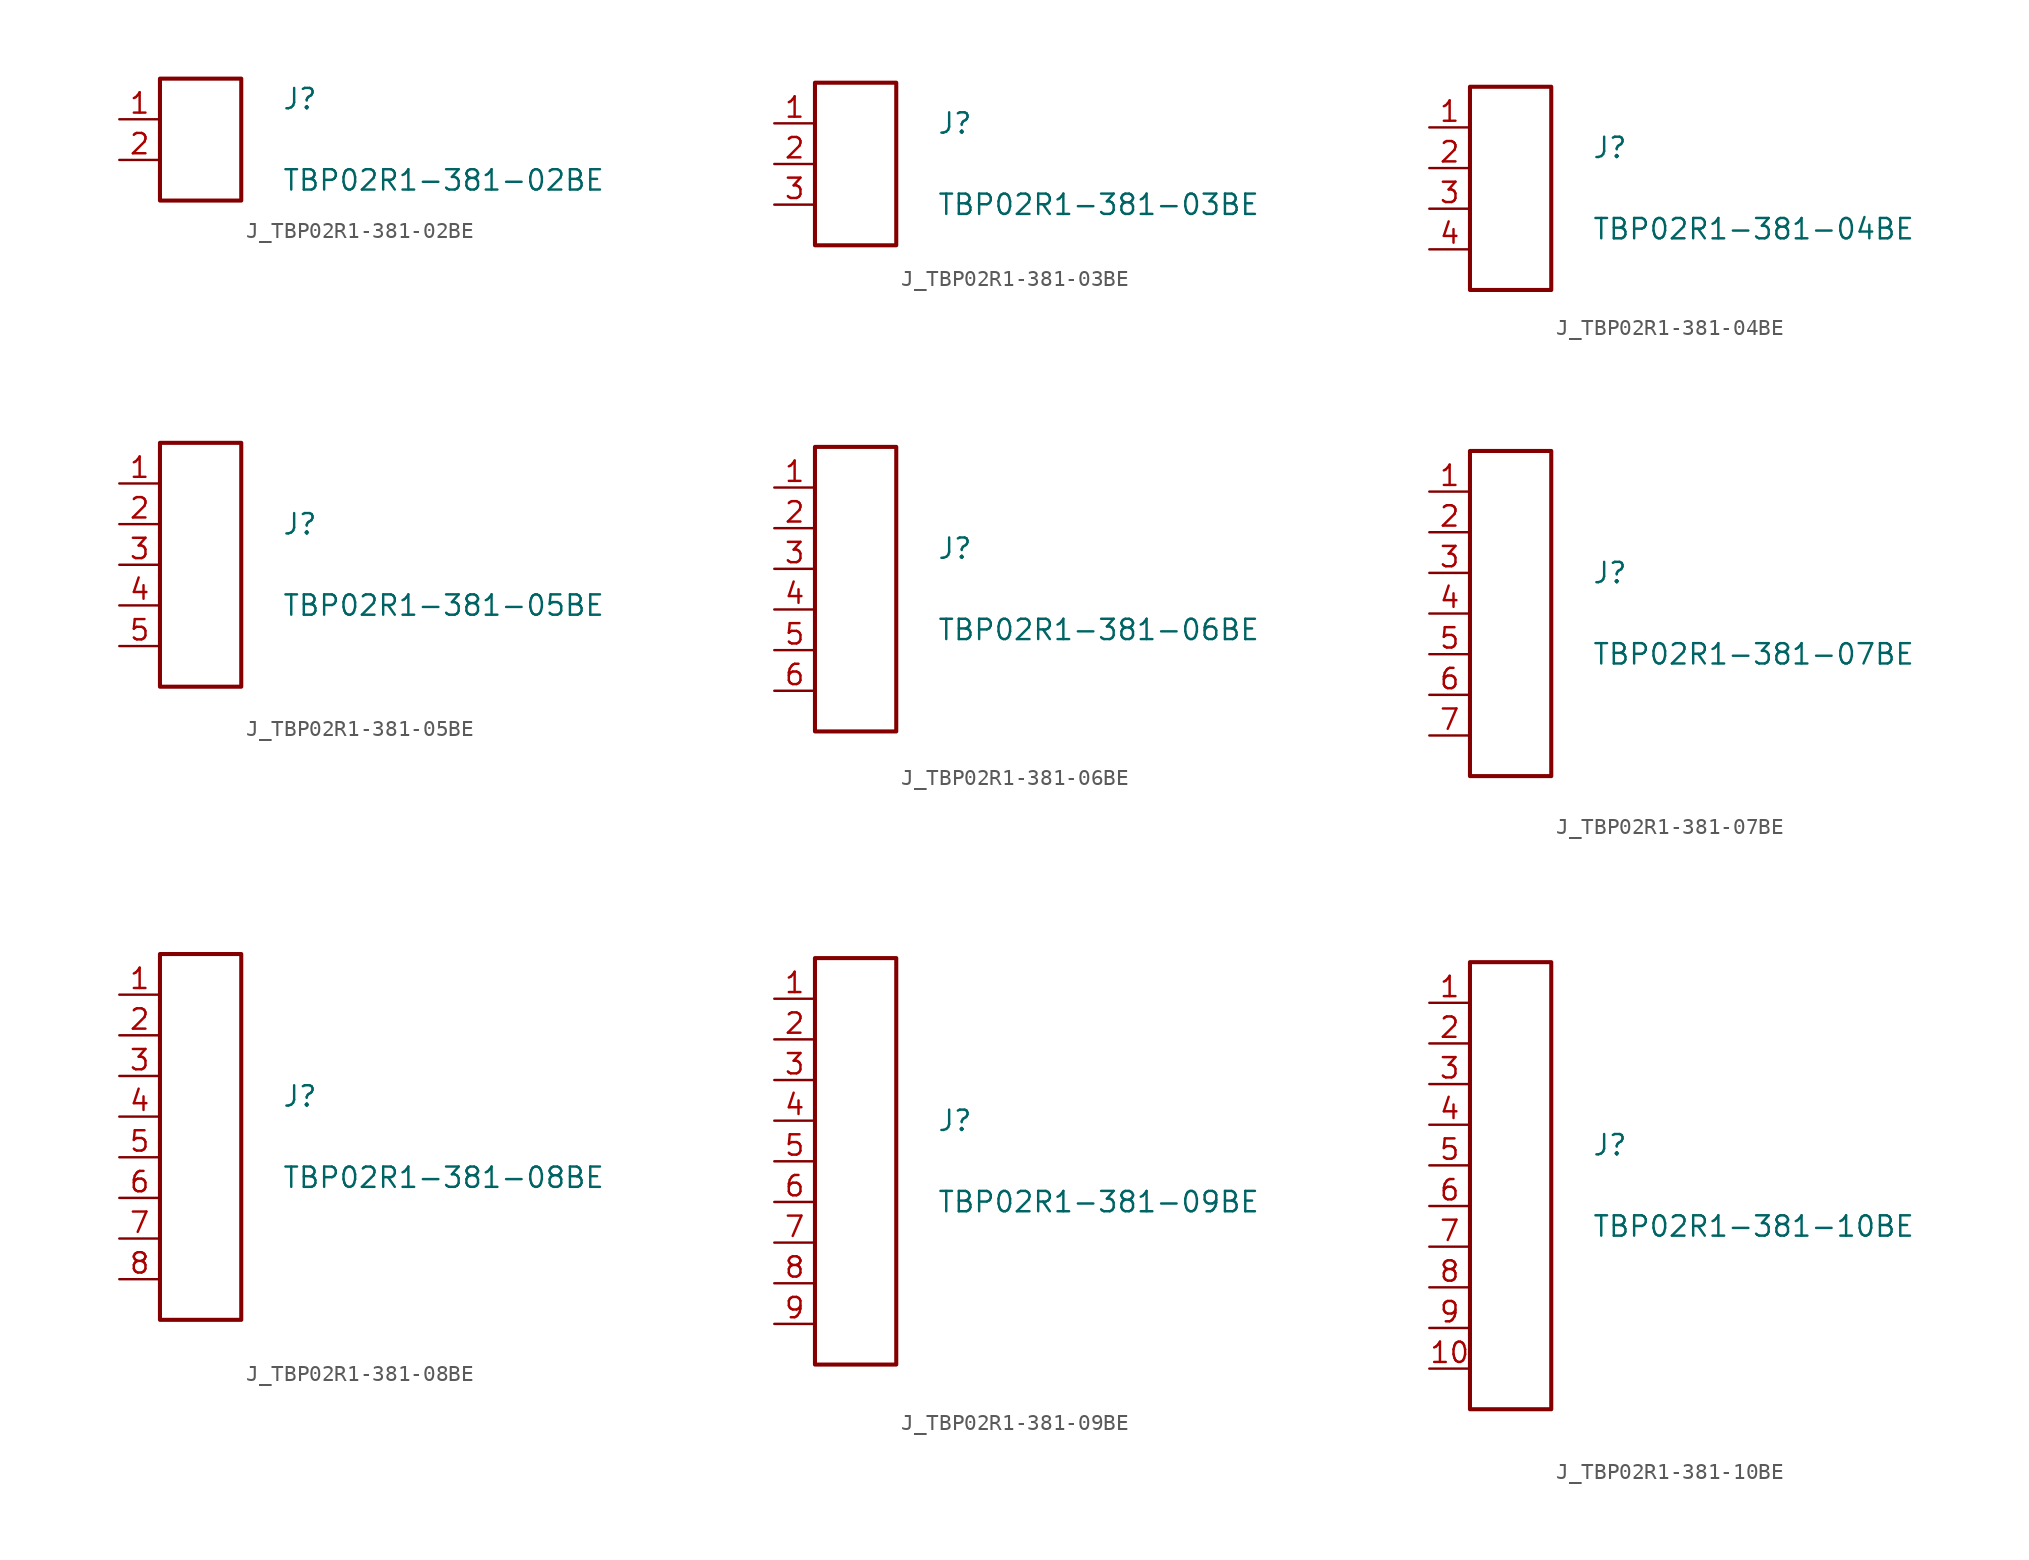
<source format=kicad_sym>
(kicad_symbol_lib
  (version 20231120)
  (generator kicad_symbol_editor)
  (generator_version 8.0)
  (symbol "J_TBP02R1-381-02BE"
    (pin_names
      (offset 0.254))
    (property "Reference" "J"
      (at 5.08 2.54 0)
      (effects (font (size 1.27 1.27)) (justify left)))
    (property "Value" "TBP02R1-381-02BE"
      (at 5.08 -2.54 0)
      (effects (font (size 1.27 1.27)) (justify left)))
    (symbol "J_TBP02R1-381-02BE_0_0"
      (pin unspecified line (at -5.08 1.27 0) (length 2.54) (name "" (effects (font (size 1.27 1.27)))) (number "1" (effects (font (size 1.27 1.27)))))
      (pin unspecified line (at -5.08 -1.27 0) (length 2.54) (name "" (effects (font (size 1.27 1.27)))) (number "2" (effects (font (size 1.27 1.27))))))
    (symbol "J_TBP02R1-381-02BE_1_0"
      (rectangle (start -2.54 3.81) (end 2.54 -3.81) (stroke (width 0.254) (type solid)) (fill (type none)))))
  (symbol "J_TBP02R1-381-03BE"
    (pin_names
      (offset 0.254))
    (property "Reference" "J"
      (at 5.08 2.54 0)
      (effects (font (size 1.27 1.27)) (justify left)))
    (property "Value" "TBP02R1-381-03BE"
      (at 5.08 -2.54 0)
      (effects (font (size 1.27 1.27)) (justify left)))
    (symbol "J_TBP02R1-381-03BE_0_0"
      (pin unspecified line (at -5.08 2.54 0) (length 2.54) (name "" (effects (font (size 1.27 1.27)))) (number "1" (effects (font (size 1.27 1.27)))))
      (pin unspecified line (at -5.08 0.0 0) (length 2.54) (name "" (effects (font (size 1.27 1.27)))) (number "2" (effects (font (size 1.27 1.27)))))
      (pin unspecified line (at -5.08 -2.54 0) (length 2.54) (name "" (effects (font (size 1.27 1.27)))) (number "3" (effects (font (size 1.27 1.27))))))
    (symbol "J_TBP02R1-381-03BE_1_0"
      (rectangle (start -2.54 5.08) (end 2.54 -5.08) (stroke (width 0.254) (type solid)) (fill (type none)))))
  (symbol "J_TBP02R1-381-04BE"
    (pin_names
      (offset 0.254))
    (property "Reference" "J"
      (at 5.08 2.54 0)
      (effects (font (size 1.27 1.27)) (justify left)))
    (property "Value" "TBP02R1-381-04BE"
      (at 5.08 -2.54 0)
      (effects (font (size 1.27 1.27)) (justify left)))
    (symbol "J_TBP02R1-381-04BE_0_0"
      (pin unspecified line (at -5.08 3.81 0) (length 2.54) (name "" (effects (font (size 1.27 1.27)))) (number "1" (effects (font (size 1.27 1.27)))))
      (pin unspecified line (at -5.08 1.27 0) (length 2.54) (name "" (effects (font (size 1.27 1.27)))) (number "2" (effects (font (size 1.27 1.27)))))
      (pin unspecified line (at -5.08 -1.27 0) (length 2.54) (name "" (effects (font (size 1.27 1.27)))) (number "3" (effects (font (size 1.27 1.27)))))
      (pin unspecified line (at -5.08 -3.81 0) (length 2.54) (name "" (effects (font (size 1.27 1.27)))) (number "4" (effects (font (size 1.27 1.27))))))
    (symbol "J_TBP02R1-381-04BE_1_0"
      (rectangle (start -2.54 6.35) (end 2.54 -6.35) (stroke (width 0.254) (type solid)) (fill (type none)))))
  (symbol "J_TBP02R1-381-05BE"
    (pin_names
      (offset 0.254))
    (property "Reference" "J"
      (at 5.08 2.54 0)
      (effects (font (size 1.27 1.27)) (justify left)))
    (property "Value" "TBP02R1-381-05BE"
      (at 5.08 -2.54 0)
      (effects (font (size 1.27 1.27)) (justify left)))
    (symbol "J_TBP02R1-381-05BE_0_0"
      (pin unspecified line (at -5.08 5.08 0) (length 2.54) (name "" (effects (font (size 1.27 1.27)))) (number "1" (effects (font (size 1.27 1.27)))))
      (pin unspecified line (at -5.08 2.54 0) (length 2.54) (name "" (effects (font (size 1.27 1.27)))) (number "2" (effects (font (size 1.27 1.27)))))
      (pin unspecified line (at -5.08 0.0 0) (length 2.54) (name "" (effects (font (size 1.27 1.27)))) (number "3" (effects (font (size 1.27 1.27)))))
      (pin unspecified line (at -5.08 -2.54 0) (length 2.54) (name "" (effects (font (size 1.27 1.27)))) (number "4" (effects (font (size 1.27 1.27)))))
      (pin unspecified line (at -5.08 -5.08 0) (length 2.54) (name "" (effects (font (size 1.27 1.27)))) (number "5" (effects (font (size 1.27 1.27))))))
    (symbol "J_TBP02R1-381-05BE_1_0"
      (rectangle (start -2.54 7.62) (end 2.54 -7.62) (stroke (width 0.254) (type solid)) (fill (type none)))))
  (symbol "J_TBP02R1-381-06BE"
    (pin_names
      (offset 0.254))
    (property "Reference" "J"
      (at 5.08 2.54 0)
      (effects (font (size 1.27 1.27)) (justify left)))
    (property "Value" "TBP02R1-381-06BE"
      (at 5.08 -2.54 0)
      (effects (font (size 1.27 1.27)) (justify left)))
    (symbol "J_TBP02R1-381-06BE_0_0"
      (pin unspecified line (at -5.08 6.35 0) (length 2.54) (name "" (effects (font (size 1.27 1.27)))) (number "1" (effects (font (size 1.27 1.27)))))
      (pin unspecified line (at -5.08 3.81 0) (length 2.54) (name "" (effects (font (size 1.27 1.27)))) (number "2" (effects (font (size 1.27 1.27)))))
      (pin unspecified line (at -5.08 1.27 0) (length 2.54) (name "" (effects (font (size 1.27 1.27)))) (number "3" (effects (font (size 1.27 1.27)))))
      (pin unspecified line (at -5.08 -1.27 0) (length 2.54) (name "" (effects (font (size 1.27 1.27)))) (number "4" (effects (font (size 1.27 1.27)))))
      (pin unspecified line (at -5.08 -3.81 0) (length 2.54) (name "" (effects (font (size 1.27 1.27)))) (number "5" (effects (font (size 1.27 1.27)))))
      (pin unspecified line (at -5.08 -6.35 0) (length 2.54) (name "" (effects (font (size 1.27 1.27)))) (number "6" (effects (font (size 1.27 1.27))))))
    (symbol "J_TBP02R1-381-06BE_1_0"
      (rectangle (start -2.54 8.89) (end 2.54 -8.89) (stroke (width 0.254) (type solid)) (fill (type none)))))
  (symbol "J_TBP02R1-381-07BE"
    (pin_names
      (offset 0.254))
    (property "Reference" "J"
      (at 5.08 2.54 0)
      (effects (font (size 1.27 1.27)) (justify left)))
    (property "Value" "TBP02R1-381-07BE"
      (at 5.08 -2.54 0)
      (effects (font (size 1.27 1.27)) (justify left)))
    (symbol "J_TBP02R1-381-07BE_0_0"
      (pin unspecified line (at -5.08 7.62 0) (length 2.54) (name "" (effects (font (size 1.27 1.27)))) (number "1" (effects (font (size 1.27 1.27)))))
      (pin unspecified line (at -5.08 5.08 0) (length 2.54) (name "" (effects (font (size 1.27 1.27)))) (number "2" (effects (font (size 1.27 1.27)))))
      (pin unspecified line (at -5.08 2.54 0) (length 2.54) (name "" (effects (font (size 1.27 1.27)))) (number "3" (effects (font (size 1.27 1.27)))))
      (pin unspecified line (at -5.08 0.0 0) (length 2.54) (name "" (effects (font (size 1.27 1.27)))) (number "4" (effects (font (size 1.27 1.27)))))
      (pin unspecified line (at -5.08 -2.54 0) (length 2.54) (name "" (effects (font (size 1.27 1.27)))) (number "5" (effects (font (size 1.27 1.27)))))
      (pin unspecified line (at -5.08 -5.08 0) (length 2.54) (name "" (effects (font (size 1.27 1.27)))) (number "6" (effects (font (size 1.27 1.27)))))
      (pin unspecified line (at -5.08 -7.62 0) (length 2.54) (name "" (effects (font (size 1.27 1.27)))) (number "7" (effects (font (size 1.27 1.27))))))
    (symbol "J_TBP02R1-381-07BE_1_0"
      (rectangle (start -2.54 10.16) (end 2.54 -10.16) (stroke (width 0.254) (type solid)) (fill (type none)))))
  (symbol "J_TBP02R1-381-08BE"
    (pin_names
      (offset 0.254))
    (property "Reference" "J"
      (at 5.08 2.54 0)
      (effects (font (size 1.27 1.27)) (justify left)))
    (property "Value" "TBP02R1-381-08BE"
      (at 5.08 -2.54 0)
      (effects (font (size 1.27 1.27)) (justify left)))
    (symbol "J_TBP02R1-381-08BE_0_0"
      (pin unspecified line (at -5.08 8.89 0) (length 2.54) (name "" (effects (font (size 1.27 1.27)))) (number "1" (effects (font (size 1.27 1.27)))))
      (pin unspecified line (at -5.08 6.35 0) (length 2.54) (name "" (effects (font (size 1.27 1.27)))) (number "2" (effects (font (size 1.27 1.27)))))
      (pin unspecified line (at -5.08 3.81 0) (length 2.54) (name "" (effects (font (size 1.27 1.27)))) (number "3" (effects (font (size 1.27 1.27)))))
      (pin unspecified line (at -5.08 1.27 0) (length 2.54) (name "" (effects (font (size 1.27 1.27)))) (number "4" (effects (font (size 1.27 1.27)))))
      (pin unspecified line (at -5.08 -1.27 0) (length 2.54) (name "" (effects (font (size 1.27 1.27)))) (number "5" (effects (font (size 1.27 1.27)))))
      (pin unspecified line (at -5.08 -3.81 0) (length 2.54) (name "" (effects (font (size 1.27 1.27)))) (number "6" (effects (font (size 1.27 1.27)))))
      (pin unspecified line (at -5.08 -6.35 0) (length 2.54) (name "" (effects (font (size 1.27 1.27)))) (number "7" (effects (font (size 1.27 1.27)))))
      (pin unspecified line (at -5.08 -8.89 0) (length 2.54) (name "" (effects (font (size 1.27 1.27)))) (number "8" (effects (font (size 1.27 1.27))))))
    (symbol "J_TBP02R1-381-08BE_1_0"
      (rectangle (start -2.54 11.43) (end 2.54 -11.43) (stroke (width 0.254) (type solid)) (fill (type none)))))
  (symbol "J_TBP02R1-381-09BE"
    (pin_names
      (offset 0.254))
    (property "Reference" "J"
      (at 5.08 2.54 0)
      (effects (font (size 1.27 1.27)) (justify left)))
    (property "Value" "TBP02R1-381-09BE"
      (at 5.08 -2.54 0)
      (effects (font (size 1.27 1.27)) (justify left)))
    (symbol "J_TBP02R1-381-09BE_0_0"
      (pin unspecified line (at -5.08 10.16 0) (length 2.54) (name "" (effects (font (size 1.27 1.27)))) (number "1" (effects (font (size 1.27 1.27)))))
      (pin unspecified line (at -5.08 7.62 0) (length 2.54) (name "" (effects (font (size 1.27 1.27)))) (number "2" (effects (font (size 1.27 1.27)))))
      (pin unspecified line (at -5.08 5.08 0) (length 2.54) (name "" (effects (font (size 1.27 1.27)))) (number "3" (effects (font (size 1.27 1.27)))))
      (pin unspecified line (at -5.08 2.54 0) (length 2.54) (name "" (effects (font (size 1.27 1.27)))) (number "4" (effects (font (size 1.27 1.27)))))
      (pin unspecified line (at -5.08 0.0 0) (length 2.54) (name "" (effects (font (size 1.27 1.27)))) (number "5" (effects (font (size 1.27 1.27)))))
      (pin unspecified line (at -5.08 -2.54 0) (length 2.54) (name "" (effects (font (size 1.27 1.27)))) (number "6" (effects (font (size 1.27 1.27)))))
      (pin unspecified line (at -5.08 -5.08 0) (length 2.54) (name "" (effects (font (size 1.27 1.27)))) (number "7" (effects (font (size 1.27 1.27)))))
      (pin unspecified line (at -5.08 -7.62 0) (length 2.54) (name "" (effects (font (size 1.27 1.27)))) (number "8" (effects (font (size 1.27 1.27)))))
      (pin unspecified line (at -5.08 -10.16 0) (length 2.54) (name "" (effects (font (size 1.27 1.27)))) (number "9" (effects (font (size 1.27 1.27))))))
    (symbol "J_TBP02R1-381-09BE_1_0"
      (rectangle (start -2.54 12.7) (end 2.54 -12.7) (stroke (width 0.254) (type solid)) (fill (type none)))))
  (symbol "J_TBP02R1-381-10BE"
    (pin_names
      (offset 0.254))
    (property "Reference" "J"
      (at 5.08 2.54 0)
      (effects (font (size 1.27 1.27)) (justify left)))
    (property "Value" "TBP02R1-381-10BE"
      (at 5.08 -2.54 0)
      (effects (font (size 1.27 1.27)) (justify left)))
    (symbol "J_TBP02R1-381-10BE_0_0"
      (pin unspecified line (at -5.08 11.43 0) (length 2.54) (name "" (effects (font (size 1.27 1.27)))) (number "1" (effects (font (size 1.27 1.27)))))
      (pin unspecified line (at -5.08 8.89 0) (length 2.54) (name "" (effects (font (size 1.27 1.27)))) (number "2" (effects (font (size 1.27 1.27)))))
      (pin unspecified line (at -5.08 6.35 0) (length 2.54) (name "" (effects (font (size 1.27 1.27)))) (number "3" (effects (font (size 1.27 1.27)))))
      (pin unspecified line (at -5.08 3.81 0) (length 2.54) (name "" (effects (font (size 1.27 1.27)))) (number "4" (effects (font (size 1.27 1.27)))))
      (pin unspecified line (at -5.08 1.27 0) (length 2.54) (name "" (effects (font (size 1.27 1.27)))) (number "5" (effects (font (size 1.27 1.27)))))
      (pin unspecified line (at -5.08 -1.27 0) (length 2.54) (name "" (effects (font (size 1.27 1.27)))) (number "6" (effects (font (size 1.27 1.27)))))
      (pin unspecified line (at -5.08 -3.81 0) (length 2.54) (name "" (effects (font (size 1.27 1.27)))) (number "7" (effects (font (size 1.27 1.27)))))
      (pin unspecified line (at -5.08 -6.35 0) (length 2.54) (name "" (effects (font (size 1.27 1.27)))) (number "8" (effects (font (size 1.27 1.27)))))
      (pin unspecified line (at -5.08 -8.89 0) (length 2.54) (name "" (effects (font (size 1.27 1.27)))) (number "9" (effects (font (size 1.27 1.27)))))
      (pin unspecified line (at -5.08 -11.43 0) (length 2.54) (name "" (effects (font (size 1.27 1.27)))) (number "10" (effects (font (size 1.27 1.27))))))
    (symbol "J_TBP02R1-381-10BE_1_0"
      (rectangle (start -2.54 13.97) (end 2.54 -13.97) (stroke (width 0.254) (type solid)) (fill (type none))))))
</source>
